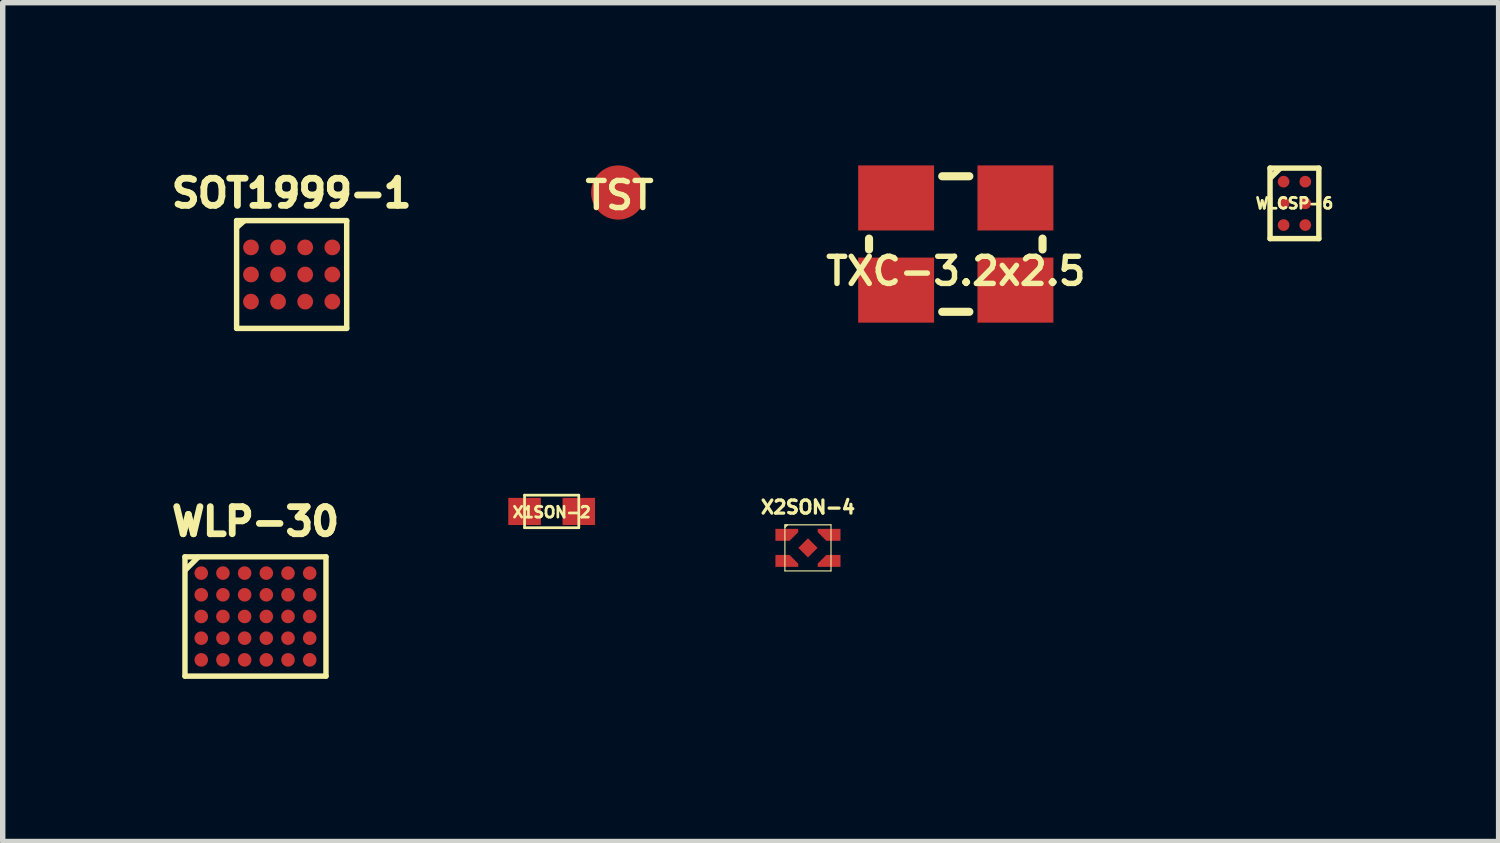
<source format=kicad_pcb>
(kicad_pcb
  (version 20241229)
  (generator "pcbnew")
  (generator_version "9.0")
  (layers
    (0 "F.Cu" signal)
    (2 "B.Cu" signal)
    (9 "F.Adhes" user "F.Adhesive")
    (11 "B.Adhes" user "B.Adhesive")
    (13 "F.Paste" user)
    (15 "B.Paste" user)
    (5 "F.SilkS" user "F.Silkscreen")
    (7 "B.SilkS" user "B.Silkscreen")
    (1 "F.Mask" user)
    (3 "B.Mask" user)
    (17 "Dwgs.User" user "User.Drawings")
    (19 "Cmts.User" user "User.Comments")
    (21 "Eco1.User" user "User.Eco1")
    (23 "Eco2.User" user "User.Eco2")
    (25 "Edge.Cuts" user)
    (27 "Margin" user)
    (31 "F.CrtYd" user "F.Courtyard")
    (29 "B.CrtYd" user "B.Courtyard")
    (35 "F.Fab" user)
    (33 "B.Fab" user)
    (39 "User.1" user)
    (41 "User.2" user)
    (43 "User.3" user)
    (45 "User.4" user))
  (footprint "WLP-30"
    (layer "F.Cu")
    (at 1.661 8.318)
    (property "Reference" "WLP-30" (at 0 -1.75 0) (layer "F.SilkS") (effects (font (size 0.5 0.5) (thickness 0.125))))
    (attr through_hole)
    (fp_line (start -1.3 -1.1) (end -1.3 1.1) (stroke (width 0.1) (type solid)) (layer "F.SilkS"))
    (fp_line (start -1.3 1.1) (end 1.3 1.1) (stroke (width 0.1) (type solid)) (layer "F.SilkS"))
    (fp_line (start -1.06 -1.09) (end -1.28 -0.87) (stroke (width 0.1) (type solid)) (layer "F.SilkS"))
    (fp_line (start 1.3 -1.1) (end -1.3 -1.1) (stroke (width 0.1) (type solid)) (layer "F.SilkS"))
    (fp_line (start 1.3 1.1) (end 1.3 -1.1) (stroke (width 0.1) (type solid)) (layer "F.SilkS"))
    (pad "A1" smd circle (at -1 -0.8) (size 0.25 0.25) (layers "F.Cu" "F.Mask" "F.Paste"))
    (pad "A2" smd circle (at -0.6 -0.8) (size 0.25 0.25) (layers "F.Cu" "F.Mask" "F.Paste"))
    (pad "A3" smd circle (at -0.2 -0.8) (size 0.25 0.25) (layers "F.Cu" "F.Mask" "F.Paste"))
    (pad "A4" smd circle (at 0.2 -0.8) (size 0.25 0.25) (layers "F.Cu" "F.Mask" "F.Paste"))
    (pad "A5" smd circle (at 0.6 -0.8) (size 0.25 0.25) (layers "F.Cu" "F.Mask" "F.Paste"))
    (pad "A6" smd circle (at 1 -0.8) (size 0.25 0.25) (layers "F.Cu" "F.Mask" "F.Paste"))
    (pad "B1" smd circle (at -1 -0.4) (size 0.25 0.25) (layers "F.Cu" "F.Mask" "F.Paste"))
    (pad "B2" smd circle (at -0.6 -0.4) (size 0.25 0.25) (layers "F.Cu" "F.Mask" "F.Paste"))
    (pad "B3" smd circle (at -0.2 -0.4) (size 0.25 0.25) (layers "F.Cu" "F.Mask" "F.Paste"))
    (pad "B4" smd circle (at 0.2 -0.4) (size 0.25 0.25) (layers "F.Cu" "F.Mask" "F.Paste"))
    (pad "B5" smd circle (at 0.6 -0.4) (size 0.25 0.25) (layers "F.Cu" "F.Mask" "F.Paste"))
    (pad "B6" smd circle (at 1 -0.4) (size 0.25 0.25) (layers "F.Cu" "F.Mask" "F.Paste"))
    (pad "C1" smd circle (at -1 0) (size 0.25 0.25) (layers "F.Cu" "F.Mask" "F.Paste"))
    (pad "C2" smd circle (at -0.6 0 180) (size 0.25 0.25) (layers "F.Cu" "F.Mask" "F.Paste"))
    (pad "C3" smd circle (at -0.2 0) (size 0.25 0.25) (layers "F.Cu" "F.Mask" "F.Paste"))
    (pad "C4" smd circle (at 0.2 0) (size 0.25 0.25) (layers "F.Cu" "F.Mask" "F.Paste"))
    (pad "C5" smd circle (at 0.6 0) (size 0.25 0.25) (layers "F.Cu" "F.Mask" "F.Paste"))
    (pad "C6" smd circle (at 1 0) (size 0.25 0.25) (layers "F.Cu" "F.Mask" "F.Paste"))
    (pad "D1" smd circle (at -1 0.4) (size 0.25 0.25) (layers "F.Cu" "F.Mask" "F.Paste"))
    (pad "D2" smd circle (at -0.6 0.4) (size 0.25 0.25) (layers "F.Cu" "F.Mask" "F.Paste"))
    (pad "D3" smd circle (at -0.2 0.4) (size 0.25 0.25) (layers "F.Cu" "F.Mask" "F.Paste"))
    (pad "D4" smd circle (at 0.2 0.4) (size 0.25 0.25) (layers "F.Cu" "F.Mask" "F.Paste"))
    (pad "D5" smd circle (at 0.6 0.4) (size 0.25 0.25) (layers "F.Cu" "F.Mask" "F.Paste"))
    (pad "D6" smd circle (at 1 0.4) (size 0.25 0.25) (layers "F.Cu" "F.Mask" "F.Paste"))
    (pad "E1" smd circle (at -1 0.8) (size 0.25 0.25) (layers "F.Cu" "F.Mask" "F.Paste"))
    (pad "E2" smd circle (at -0.6 0.8) (size 0.25 0.25) (layers "F.Cu" "F.Mask" "F.Paste"))
    (pad "E3" smd circle (at -0.2 0.8) (size 0.25 0.25) (layers "F.Cu" "F.Mask" "F.Paste"))
    (pad "E4" smd circle (at 0.2 0.8) (size 0.25 0.25) (layers "F.Cu" "F.Mask" "F.Paste"))
    (pad "E5" smd circle (at 0.6 0.8) (size 0.25 0.25) (layers "F.Cu" "F.Mask" "F.Paste"))
    (pad "E6" smd circle (at 1 0.8) (size 0.25 0.25) (layers "F.Cu" "F.Mask" "F.Paste")))
  (footprint "WLCSP-6"
    (layer "F.Cu")
    (at 20.82 0.7)
    (property "Reference" "WLCSP-6" (at 0 0 0) (layer "F.SilkS") (effects (font (size 0.2 0.2) (thickness 0.05))))
    (attr smd)
    (fp_line (start -0.45 -0.65) (end -0.45 0.65) (stroke (width 0.1) (type solid)) (layer "F.SilkS"))
    (fp_line (start -0.45 -0.65) (end 0.45 -0.65) (stroke (width 0.1) (type solid)) (layer "F.SilkS"))
    (fp_line (start -0.45 0.65) (end 0.45 0.65) (stroke (width 0.1) (type solid)) (layer "F.SilkS"))
    (fp_line (start -0.43 -0.48) (end -0.27 -0.64) (stroke (width 0.1) (type solid)) (layer "F.SilkS"))
    (fp_line (start 0.45 -0.65) (end 0.45 0.65) (stroke (width 0.1) (type solid)) (layer "F.SilkS"))
    (pad "A1" smd circle (at -0.2 -0.4 90) (size 0.215 0.215) (layers "F.Cu" "F.Mask" "F.Paste"))
    (pad "A2" smd circle (at 0.2 -0.4) (size 0.215 0.215) (layers "F.Cu" "F.Mask" "F.Paste"))
    (pad "B1" smd circle (at -0.2 0) (size 0.215 0.215) (layers "F.Cu" "F.Mask" "F.Paste"))
    (pad "B2" smd circle (at 0.2 0) (size 0.215 0.215) (layers "F.Cu" "F.Mask" "F.Paste"))
    (pad "C1" smd circle (at -0.2 0.4) (size 0.215 0.215) (layers "F.Cu" "F.Mask" "F.Paste"))
    (pad "C2" smd circle (at 0.2 0.4) (size 0.215 0.215) (layers "F.Cu" "F.Mask" "F.Paste")))
  (footprint "X1SON-2"
    (layer "F.Cu")
    (at 7.123 6.381)
    (property "Reference" "X1SON-2" (at 0 0.015 0) (layer "F.SilkS") (effects (font (size 0.2 0.2) (thickness 0.05))))
    (attr smd)
    (fp_line (start -0.5 -0.3) (end -0.5 0.3) (stroke (width 0.05) (type solid)) (layer "F.SilkS"))
    (fp_line (start -0.5 -0.3) (end 0.5 -0.3) (stroke (width 0.05) (type solid)) (layer "F.SilkS"))
    (fp_line (start 0.5 -0.3) (end 0.5 0.3) (stroke (width 0.05) (type solid)) (layer "F.SilkS"))
    (fp_line (start 0.5 0.3) (end -0.5 0.3) (stroke (width 0.05) (type solid)) (layer "F.SilkS"))
    (pad "1" smd rect (at -0.5 0) (size 0.6 0.5) (layers "F.Cu" "F.Mask" "F.Paste"))
    (pad "2" smd rect (at 0.5 0) (size 0.6 0.5) (layers "F.Cu" "F.Mask" "F.Paste")))
  (footprint "X2SON-4"
    (layer "F.Cu")
    (at 11.849 7.053)
    (property "Reference" "X2SON-4" (at 0 -0.75 0) (layer "F.SilkS") (effects (font (size 0.241 0.241) (thickness 0.06))))
    (attr smd)
    (fp_line (start -0.425 -0.425) (end 0.425 -0.425) (stroke (width 0.02) (type solid)) (layer "F.SilkS"))
    (fp_line (start -0.425 -0.4) (end -0.4 -0.425) (stroke (width 0.02) (type solid)) (layer "F.SilkS"))
    (fp_line (start -0.425 -0.375) (end -0.375 -0.425) (stroke (width 0.02) (type solid)) (layer "F.SilkS"))
    (fp_line (start -0.425 0.425) (end -0.425 -0.425) (stroke (width 0.02) (type solid)) (layer "F.SilkS"))
    (fp_line (start 0.425 -0.425) (end 0.425 0.425) (stroke (width 0.02) (type solid)) (layer "F.SilkS"))
    (fp_line (start 0.425 0.425) (end -0.425 0.425) (stroke (width 0.02) (type solid)) (layer "F.SilkS"))
    (pad "1" smd custom (at -0.39 -0.24) (size 0.1 0.1) (layers "F.Cu" "F.Mask" "F.Paste") (options (anchor rect)) (primitives (gr_poly (pts (xy -0.21 -0.11) (xy 0.21 -0.11) (xy 0.21 -0.05) (xy 0.05 0.11) (xy -0.21 0.11)) (width 0) (fill yes))))
    (pad "2" smd custom (at -0.39 0.24 180) (size 0.1 0.1) (layers "F.Cu" "F.Mask" "F.Paste") (options (anchor rect)) (primitives (gr_poly (pts (xy -0.21 -0.11) (xy 0.21 -0.11) (xy 0.21 0.11) (xy -0.05 0.11) (xy -0.21 -0.05)) (width 0) (fill yes))))
    (pad "3" smd rect (at 0 0 315) (size 0.25 0.25) (layers "F.Cu" "F.Mask" "F.Paste"))
    (pad "4" smd custom (at 0.39 0.24 180) (size 0.1 0.1) (layers "F.Cu" "F.Mask" "F.Paste") (options (anchor rect)) (primitives (gr_poly (pts (xy -0.21 -0.11) (xy 0.21 -0.11) (xy 0.21 -0.05) (xy 0.05 0.11) (xy -0.21 0.11)) (width 0) (fill yes))))
    (pad "5" smd custom (at 0.39 -0.24) (size 0.1 0.1) (layers "F.Cu" "F.Mask" "F.Paste") (options (anchor rect)) (primitives (gr_poly (pts (xy -0.21 -0.11) (xy 0.21 -0.11) (xy 0.21 0.11) (xy -0.05 0.11) (xy -0.21 -0.05)) (width 0) (fill yes)))))
  (footprint "TST"
    (layer "F.Cu")
    (at 8.35 0.5)
    (property "Reference" "TST" (at 0.025 0.051 0) (layer "F.SilkS") (effects (font (size 0.5 0.5) (thickness 0.1))))
    (attr exclude_from_pos_files exclude_from_bom)
    (pad "1" smd circle (at 0 0) (size 1 1) (layers "F.Cu" "F.Mask" "F.Paste")))
  (footprint "SOT1999-1"
    (layer "F.Cu")
    (at 2.328 2.012)
    (property "Reference" "SOT1999-1" (at 0 -1.5 0) (layer "F.SilkS") (effects (font (size 0.5 0.5) (thickness 0.125))))
    (attr smd)
    (fp_line (start -1.015 -0.994) (end -1.015 0.994) (stroke (width 0.1) (type solid)) (layer "F.SilkS"))
    (fp_line (start -1.015 -0.994) (end 1.015 -0.994) (stroke (width 0.1) (type solid)) (layer "F.SilkS"))
    (fp_line (start -1.015 0.994) (end 1.015 0.994) (stroke (width 0.1) (type solid)) (layer "F.SilkS"))
    (fp_line (start -0.874 -0.991) (end -1.011 -0.869) (stroke (width 0.1) (type solid)) (layer "F.SilkS"))
    (fp_line (start 1.015 -0.994) (end 1.015 0.994) (stroke (width 0.1) (type solid)) (layer "F.SilkS"))
    (pad "A1" smd circle (at -0.75 -0.5) (size 0.29 0.29) (layers "F.Cu" "F.Mask" "F.Paste"))
    (pad "A2" smd circle (at -0.25 -0.5) (size 0.29 0.29) (layers "F.Cu" "F.Mask" "F.Paste"))
    (pad "A3" smd circle (at 0.25 -0.5) (size 0.29 0.29) (layers "F.Cu" "F.Mask" "F.Paste"))
    (pad "A4" smd circle (at 0.75 -0.5) (size 0.29 0.29) (layers "F.Cu" "F.Mask" "F.Paste"))
    (pad "B1" smd circle (at -0.75 0) (size 0.29 0.29) (layers "F.Cu" "F.Mask" "F.Paste"))
    (pad "B2" smd circle (at -0.25 0) (size 0.29 0.29) (layers "F.Cu" "F.Mask" "F.Paste"))
    (pad "B3" smd circle (at 0.25 0) (size 0.29 0.29) (layers "F.Cu" "F.Mask" "F.Paste"))
    (pad "B4" smd circle (at 0.75 0) (size 0.29 0.29) (layers "F.Cu" "F.Mask" "F.Paste"))
    (pad "C1" smd circle (at -0.75 0.5) (size 0.29 0.29) (layers "F.Cu" "F.Mask" "F.Paste"))
    (pad "C2" smd circle (at -0.25 0.5) (size 0.29 0.29) (layers "F.Cu" "F.Mask" "F.Paste"))
    (pad "C3" smd circle (at 0.25 0.5) (size 0.29 0.29) (layers "F.Cu" "F.Mask" "F.Paste"))
    (pad "C4" smd circle (at 0.75 0.5) (size 0.29 0.29) (layers "F.Cu" "F.Mask" "F.Paste")))
  (footprint "TXC-3.2x2.5"
    (layer "F.Cu")
    (at 14.575 1.45)
    (property "Reference" "TXC-3.2x2.5" (at 0 0.5 0) (layer "F.SilkS") (effects (font (size 0.5 0.5) (thickness 0.1))))
    (attr through_hole)
    (fp_line (start -1.6 0.1) (end -1.6 -0.1) (stroke (width 0.15) (type solid)) (layer "F.SilkS"))
    (fp_line (start -0.25 -1.25) (end 0.25 -1.25) (stroke (width 0.15) (type solid)) (layer "F.SilkS"))
    (fp_line (start -0.25 1.25) (end 0.25 1.25) (stroke (width 0.15) (type solid)) (layer "F.SilkS"))
    (fp_line (start 1.6 0.1) (end 1.6 -0.1) (stroke (width 0.15) (type solid)) (layer "F.SilkS"))
    (pad "1" smd rect (at -1.1 0.85) (size 1.4 1.2) (layers "F.Cu" "F.Mask" "F.Paste"))
    (pad "2" smd rect (at 1.1 0.85) (size 1.4 1.2) (layers "F.Cu" "F.Mask" "F.Paste"))
    (pad "3" smd rect (at 1.1 -0.85) (size 1.4 1.2) (layers "F.Cu" "F.Mask" "F.Paste"))
    (pad "4" smd rect (at -1.1 -0.85) (size 1.4 1.2) (layers "F.Cu" "F.Mask" "F.Paste")))
  (gr_rect
    (start -3 -3)
    (end 24.585 12.468)
    (stroke (width 0.1) (type default))
    (fill no)
    (layer "Edge.Cuts")))
</source>
